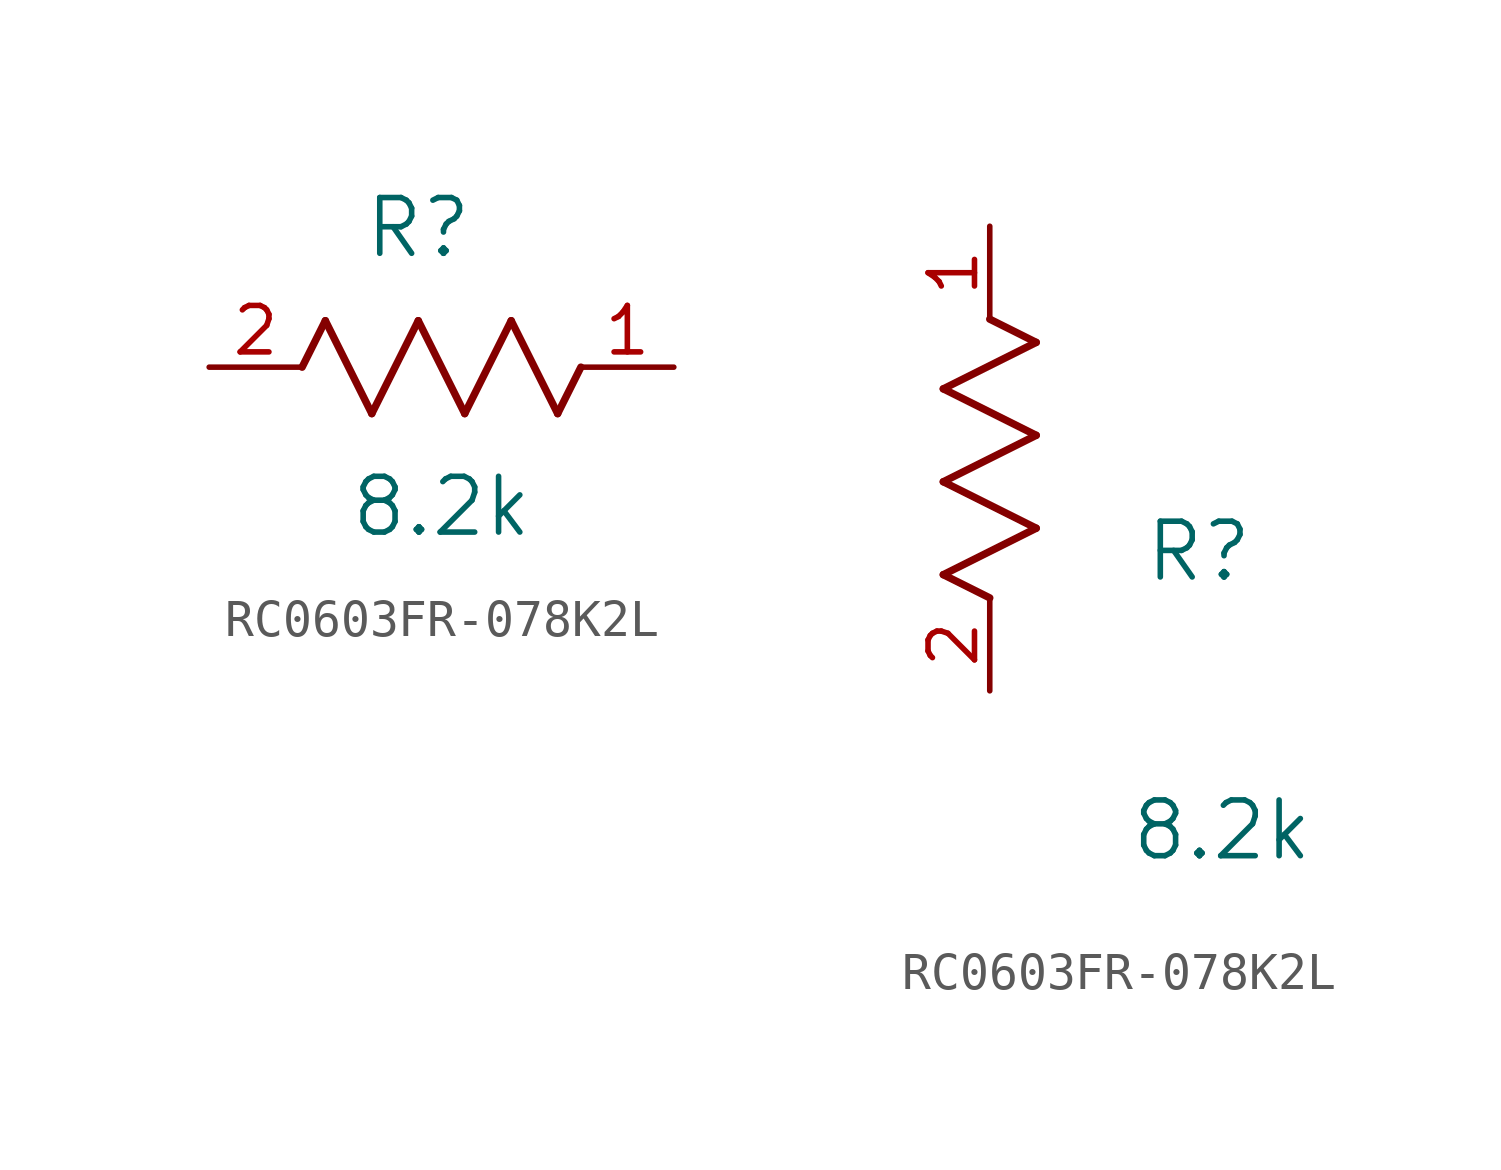
<source format=kicad_sym>
(kicad_symbol_lib
  (version 20241209)
  (generator "kicad_symbol_editor")
  (generator_version "9.0")
  (symbol "RC0603FR-078K2L"
    (pin_names
      (offset 0.254))
    (property "Reference" "R"
      (at 5.715 3.81 0)
      (effects (font (size 1.524 1.524))))
    (property "Value" "8.2k"
      (at 6.35 -3.81 0)
      (effects (font (size 1.524 1.524))))
    (symbol "RC0603FR-078K2L_1_1"
      (polyline (pts (xy 2.54 0) (xy 3.175 1.27)) (stroke (width 0.203) (type default)) (fill (type none)))
      (polyline (pts (xy 3.175 1.27) (xy 4.445 -1.27)) (stroke (width 0.203) (type default)) (fill (type none)))
      (polyline (pts (xy 4.445 -1.27) (xy 5.715 1.27)) (stroke (width 0.203) (type default)) (fill (type none)))
      (polyline (pts (xy 5.715 1.27) (xy 6.985 -1.27)) (stroke (width 0.203) (type default)) (fill (type none)))
      (polyline (pts (xy 6.985 -1.27) (xy 8.255 1.27)) (stroke (width 0.203) (type default)) (fill (type none)))
      (polyline (pts (xy 8.255 1.27) (xy 9.525 -1.27)) (stroke (width 0.203) (type default)) (fill (type none)))
      (polyline (pts (xy 9.525 -1.27) (xy 10.16 0)) (stroke (width 0.203) (type default)) (fill (type none)))
      (pin unspecified line (at 0 0 0) (length 2.54) (name "" (effects (font (size 1.27 1.27)))) (number "2" (effects (font (size 1.27 1.27)))))
      (pin unspecified line (at 12.7 0 180) (length 2.54) (name "" (effects (font (size 1.27 1.27)))) (number "1" (effects (font (size 1.27 1.27))))))
    (symbol "RC0603FR-078K2L_1_2"
      (polyline (pts (xy -1.27 8.255) (xy 1.27 9.525)) (stroke (width 0.203) (type default)) (fill (type none)))
      (polyline (pts (xy -1.27 5.715) (xy 1.27 6.985)) (stroke (width 0.203) (type default)) (fill (type none)))
      (polyline (pts (xy -1.27 3.175) (xy 1.27 4.445)) (stroke (width 0.203) (type default)) (fill (type none)))
      (polyline (pts (xy 0 2.54) (xy -1.27 3.175)) (stroke (width 0.203) (type default)) (fill (type none)))
      (polyline (pts (xy 1.27 9.525) (xy 0 10.16)) (stroke (width 0.203) (type default)) (fill (type none)))
      (polyline (pts (xy 1.27 6.985) (xy -1.27 8.255)) (stroke (width 0.203) (type default)) (fill (type none)))
      (polyline (pts (xy 1.27 4.445) (xy -1.27 5.715)) (stroke (width 0.203) (type default)) (fill (type none)))
      (pin unspecified line (at 0 12.7 270) (length 2.54) (name "" (effects (font (size 1.27 1.27)))) (number "1" (effects (font (size 1.27 1.27)))))
      (pin unspecified line (at 0 0 90) (length 2.54) (name "" (effects (font (size 1.27 1.27)))) (number "2" (effects (font (size 1.27 1.27))))))))
</source>
